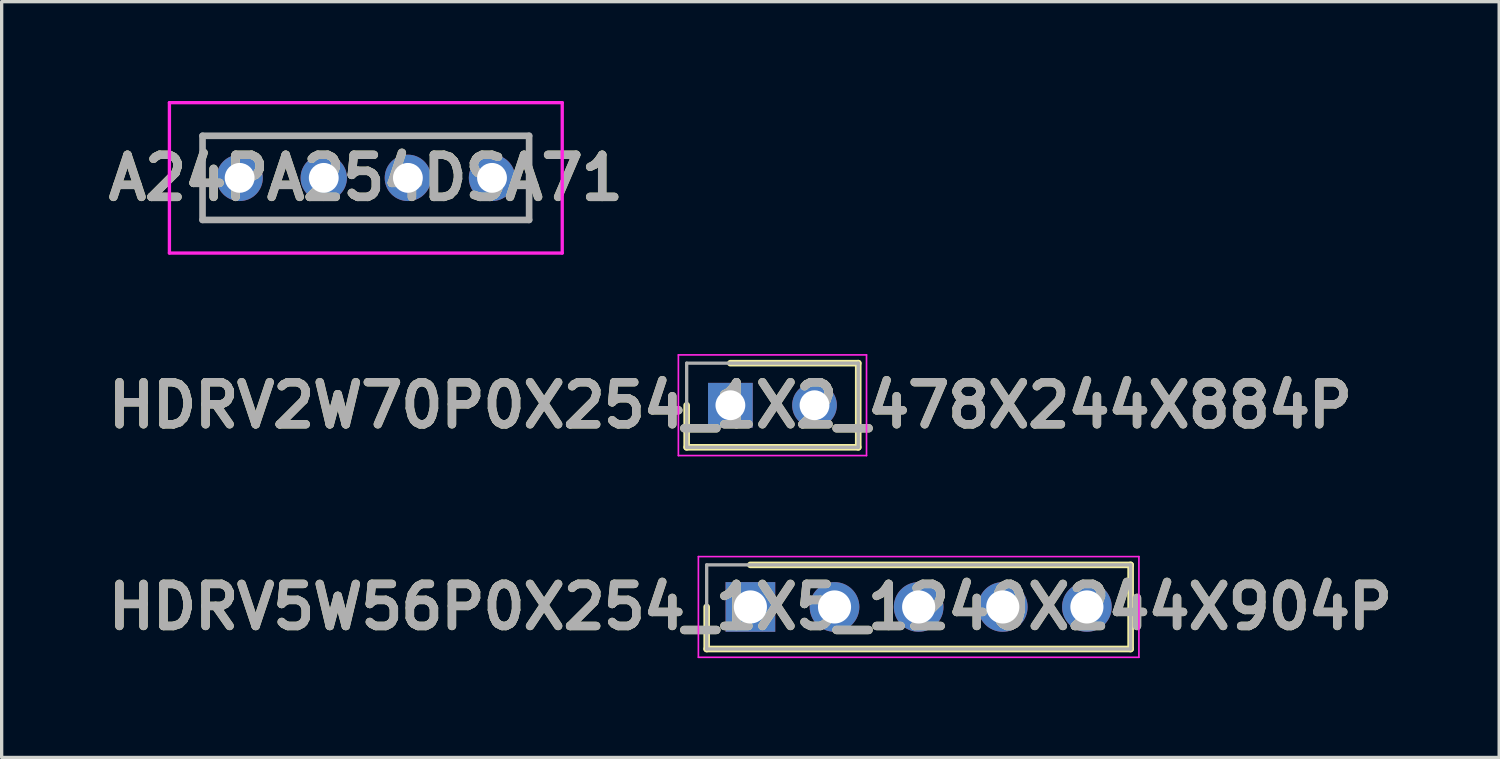
<source format=kicad_pcb>
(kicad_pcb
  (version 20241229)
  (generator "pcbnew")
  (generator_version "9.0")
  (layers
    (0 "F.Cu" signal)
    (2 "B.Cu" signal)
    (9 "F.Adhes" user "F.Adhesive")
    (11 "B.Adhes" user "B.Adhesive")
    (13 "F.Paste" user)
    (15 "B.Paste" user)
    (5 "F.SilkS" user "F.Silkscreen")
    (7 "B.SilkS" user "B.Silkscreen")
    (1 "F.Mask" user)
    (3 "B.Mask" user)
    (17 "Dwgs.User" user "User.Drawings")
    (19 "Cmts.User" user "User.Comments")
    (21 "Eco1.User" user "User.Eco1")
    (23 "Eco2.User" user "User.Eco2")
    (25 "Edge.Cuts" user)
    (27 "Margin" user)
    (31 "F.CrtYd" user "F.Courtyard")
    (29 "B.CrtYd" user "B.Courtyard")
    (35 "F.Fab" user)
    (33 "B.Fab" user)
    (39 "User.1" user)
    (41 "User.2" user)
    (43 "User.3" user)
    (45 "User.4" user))
  (footprint "HDRV5W56P0X254_1X5_1240X244X904P"
    (layer "F.Cu")
    (at 19.606 15.275)
    (property "Reference" "HDRV5W56P0X254_1X5_1240X244X904P" (at 0 0 0) (layer "F.SilkS") (effects (font (size 1.27 1.27) (thickness 0.254))))
    (attr through_hole)
    (fp_line (start -1.32 0) (end -1.32 1.27) (stroke (width 0.2) (type solid)) (layer "F.SilkS"))
    (fp_line (start -1.32 1.27) (end 11.48 1.27) (stroke (width 0.2) (type solid)) (layer "F.SilkS"))
    (fp_line (start 11.48 -1.27) (end 0 -1.27) (stroke (width 0.2) (type solid)) (layer "F.SilkS"))
    (fp_line (start 11.48 1.27) (end 11.48 -1.27) (stroke (width 0.2) (type solid)) (layer "F.SilkS"))
    (fp_line (start -1.57 -1.52) (end 11.73 -1.52) (stroke (width 0.05) (type solid)) (layer "F.CrtYd"))
    (fp_line (start -1.57 1.52) (end -1.57 -1.52) (stroke (width 0.05) (type solid)) (layer "F.CrtYd"))
    (fp_line (start 11.73 -1.52) (end 11.73 1.52) (stroke (width 0.05) (type solid)) (layer "F.CrtYd"))
    (fp_line (start 11.73 1.52) (end -1.57 1.52) (stroke (width 0.05) (type solid)) (layer "F.CrtYd"))
    (fp_line (start -1.32 -1.27) (end 11.48 -1.27) (stroke (width 0.1) (type solid)) (layer "F.Fab"))
    (fp_line (start -1.32 1.27) (end -1.32 -1.27) (stroke (width 0.1) (type solid)) (layer "F.Fab"))
    (fp_line (start 11.48 -1.27) (end 11.48 1.27) (stroke (width 0.1) (type solid)) (layer "F.Fab"))
    (fp_line (start 11.48 1.27) (end -1.32 1.27) (stroke (width 0.1) (type solid)) (layer "F.Fab"))
    (fp_text user "${REFERENCE}" (at 0 0 0) (layer "F.Fab") (effects (font (size 1.27 1.27) (thickness 0.254))))
    (pad "1" thru_hole rect (at 0 0) (size 1.5 1.5) (drill 1) (layers "*.Cu" "*.Mask"))
    (pad "2" thru_hole circle (at 2.54 0) (size 1.5 1.5) (drill 1) (layers "*.Cu" "*.Mask"))
    (pad "3" thru_hole circle (at 5.08 0) (size 1.5 1.5) (drill 1) (layers "*.Cu" "*.Mask"))
    (pad "4" thru_hole circle (at 7.62 0) (size 1.5 1.5) (drill 1) (layers "*.Cu" "*.Mask"))
    (pad "5" thru_hole circle (at 10.16 0) (size 1.5 1.5) (drill 1) (layers "*.Cu" "*.Mask")))
  (footprint "A24PA254DSA71"
    (layer "F.Cu")
    (at 4.185 2.32)
    (property "Reference" "A24PA254DSA71" (at 3.81 0 0) (layer "F.SilkS") (effects (font (size 1.27 1.27) (thickness 0.254))))
    (attr through_hole)
    (fp_line (start -1.12 -1.27) (end 8.74 -1.27) (stroke (width 0.1) (type solid)) (layer "F.SilkS"))
    (fp_line (start -1.12 1.27) (end -1.12 -1.27) (stroke (width 0.1) (type solid)) (layer "F.SilkS"))
    (fp_line (start 8.74 -1.27) (end 8.74 1.27) (stroke (width 0.1) (type solid)) (layer "F.SilkS"))
    (fp_line (start 8.74 1.27) (end -1.12 1.27) (stroke (width 0.1) (type solid)) (layer "F.SilkS"))
    (fp_line (start -2.12 -2.27) (end 9.74 -2.27) (stroke (width 0.1) (type solid)) (layer "F.CrtYd"))
    (fp_line (start -2.12 2.27) (end -2.12 -2.27) (stroke (width 0.1) (type solid)) (layer "F.CrtYd"))
    (fp_line (start 9.74 -2.27) (end 9.74 2.27) (stroke (width 0.1) (type solid)) (layer "F.CrtYd"))
    (fp_line (start 9.74 2.27) (end -2.12 2.27) (stroke (width 0.1) (type solid)) (layer "F.CrtYd"))
    (fp_line (start -1.12 -1.27) (end 8.74 -1.27) (stroke (width 0.2) (type solid)) (layer "F.Fab"))
    (fp_line (start -1.12 1.27) (end -1.12 -1.27) (stroke (width 0.2) (type solid)) (layer "F.Fab"))
    (fp_line (start 8.74 -1.27) (end 8.74 1.27) (stroke (width 0.2) (type solid)) (layer "F.Fab"))
    (fp_line (start 8.74 1.27) (end -1.12 1.27) (stroke (width 0.2) (type solid)) (layer "F.Fab"))
    (fp_text user "${REFERENCE}" (at 3.81 0 0) (layer "F.Fab") (effects (font (size 1.27 1.27) (thickness 0.254))))
    (pad "1" thru_hole circle (at 0 0) (size 1.4 1.4) (drill 0.9) (layers "*.Cu" "*.Mask"))
    (pad "2" thru_hole circle (at 2.54 0) (size 1.4 1.4) (drill 0.9) (layers "*.Cu" "*.Mask"))
    (pad "3" thru_hole circle (at 5.08 0) (size 1.4 1.4) (drill 0.9) (layers "*.Cu" "*.Mask"))
    (pad "4" thru_hole circle (at 7.62 0) (size 1.4 1.4) (drill 0.9) (layers "*.Cu" "*.Mask")))
  (footprint "HDRV2W70P0X254_1X2_478X244X884P"
    (layer "F.Cu")
    (at 19.002 9.185)
    (property "Reference" "HDRV2W70P0X254_1X2_478X244X884P" (at 0 0 0) (layer "F.SilkS") (effects (font (size 1.27 1.27) (thickness 0.254))))
    (attr through_hole)
    (fp_line (start -1.32 0) (end -1.32 1.27) (stroke (width 0.2) (type solid)) (layer "F.SilkS"))
    (fp_line (start -1.32 1.27) (end 3.86 1.27) (stroke (width 0.2) (type solid)) (layer "F.SilkS"))
    (fp_line (start 3.86 -1.27) (end 0 -1.27) (stroke (width 0.2) (type solid)) (layer "F.SilkS"))
    (fp_line (start 3.86 1.27) (end 3.86 -1.27) (stroke (width 0.2) (type solid)) (layer "F.SilkS"))
    (fp_line (start -1.57 -1.52) (end 4.11 -1.52) (stroke (width 0.05) (type solid)) (layer "F.CrtYd"))
    (fp_line (start -1.57 1.52) (end -1.57 -1.52) (stroke (width 0.05) (type solid)) (layer "F.CrtYd"))
    (fp_line (start 4.11 -1.52) (end 4.11 1.52) (stroke (width 0.05) (type solid)) (layer "F.CrtYd"))
    (fp_line (start 4.11 1.52) (end -1.57 1.52) (stroke (width 0.05) (type solid)) (layer "F.CrtYd"))
    (fp_line (start -1.32 -1.27) (end 3.86 -1.27) (stroke (width 0.1) (type solid)) (layer "F.Fab"))
    (fp_line (start -1.32 1.27) (end -1.32 -1.27) (stroke (width 0.1) (type solid)) (layer "F.Fab"))
    (fp_line (start 3.86 -1.27) (end 3.86 1.27) (stroke (width 0.1) (type solid)) (layer "F.Fab"))
    (fp_line (start 3.86 1.27) (end -1.32 1.27) (stroke (width 0.1) (type solid)) (layer "F.Fab"))
    (fp_text user "${REFERENCE}" (at 0 0 0) (layer "F.Fab") (effects (font (size 1.27 1.27) (thickness 0.254))))
    (pad "1" thru_hole rect (at 0 0) (size 1.35 1.35) (drill 0.9) (layers "*.Cu" "*.Mask"))
    (pad "2" thru_hole circle (at 2.54 0) (size 1.35 1.35) (drill 0.9) (layers "*.Cu" "*.Mask")))
  (gr_rect
    (start -3 -3)
    (end 42.213 19.82)
    (stroke (width 0.1) (type default))
    (fill no)
    (layer "Edge.Cuts")))
</source>
